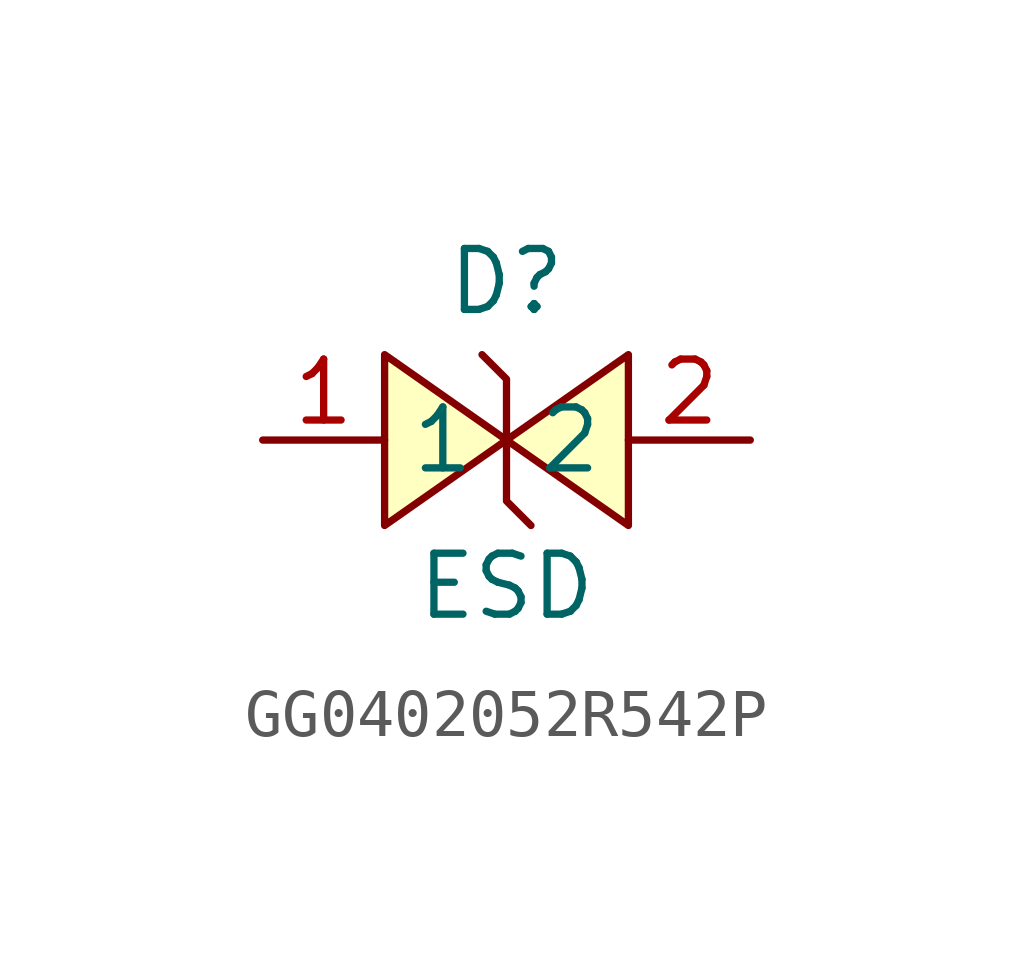
<source format=kicad_sym>
(kicad_symbol_lib
  (version 20231120)
  (generator "kicad_symbol_editor")
  (generator_version "8.0")
  (symbol "GG0402052R542P"
    (property "Reference" "D"
      (at 0 3.302 0)
      (effects (font (size 1.27 1.27))))
    (property "Value" "ESD"
      (at 0 -3.048 0)
      (effects (font (size 1.27 1.27))))
    (symbol "GG0402052R542P_0_1"
      (polyline (pts (xy -2.54 -1.78) (xy 0 0) (xy -2.54 1.78) (xy -2.54 -1.78)) (stroke (width 0) (type default)) (fill (type background)))
      (polyline (pts (xy 0.51 -1.78) (xy 0 -1.27) (xy 0 1.27) (xy -0.51 1.78)) (stroke (width 0) (type default)) (fill (type none)))
      (polyline (pts (xy 2.54 1.78) (xy 0 0) (xy 2.54 -1.78) (xy 2.54 1.78)) (stroke (width 0) (type default)) (fill (type background)))
      (pin unspecified line (at -5.08 0 0) (length 2.54) (name "1" (effects (font (size 1.27 1.27)))) (number "1" (effects (font (size 1.27 1.27)))))
      (pin unspecified line (at 5.08 0 180) (length 2.54) (name "2" (effects (font (size 1.27 1.27)))) (number "2" (effects (font (size 1.27 1.27))))))))
</source>
